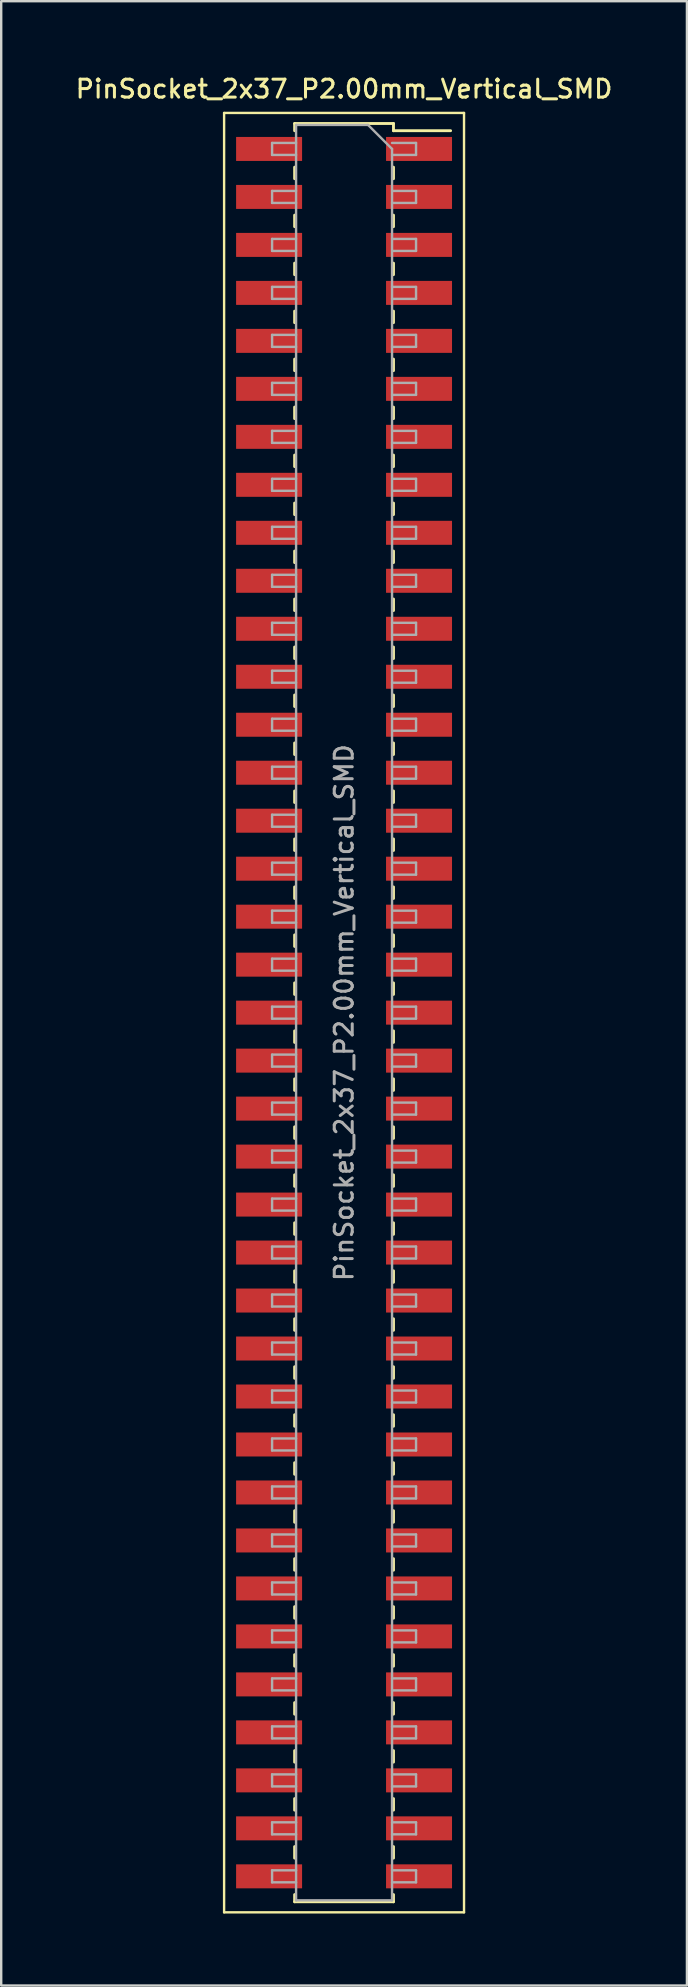
<source format=kicad_pcb>
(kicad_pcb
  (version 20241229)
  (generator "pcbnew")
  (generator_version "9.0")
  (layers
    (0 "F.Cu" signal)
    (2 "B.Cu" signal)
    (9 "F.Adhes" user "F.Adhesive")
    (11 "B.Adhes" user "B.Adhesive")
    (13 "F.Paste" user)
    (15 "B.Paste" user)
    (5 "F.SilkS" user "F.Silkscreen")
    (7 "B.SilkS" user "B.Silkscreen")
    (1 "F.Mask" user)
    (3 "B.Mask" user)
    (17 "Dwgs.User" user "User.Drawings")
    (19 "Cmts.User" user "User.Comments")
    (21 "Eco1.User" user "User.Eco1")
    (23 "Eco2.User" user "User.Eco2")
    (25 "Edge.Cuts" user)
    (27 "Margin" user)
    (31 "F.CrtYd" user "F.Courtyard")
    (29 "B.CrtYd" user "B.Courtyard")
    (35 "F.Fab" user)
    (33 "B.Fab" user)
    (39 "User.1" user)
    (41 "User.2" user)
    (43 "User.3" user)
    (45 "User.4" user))
  (footprint "PinSocket_2x37_P2.00mm_Vertical_SMD"
    (layer "F.Cu")
    (at 11.291 39.158)
    (property "Reference" "PinSocket_2x37_P2.00mm_Vertical_SMD" (at 0 -38.5 0) (layer "F.SilkS") (effects (font (size 0.75 0.75) (thickness 0.125))))
    (attr smd)
    (fp_line (start -5 -37.5) (end 5 -37.5) (stroke (width 0.1) (type solid)) (layer "F.SilkS"))
    (fp_line (start -5 37.5) (end -5 -37.5) (stroke (width 0.1) (type solid)) (layer "F.SilkS"))
    (fp_line (start -2.06 -37.06) (end -2.06 -36.76) (stroke (width 0.12) (type solid)) (layer "F.SilkS"))
    (fp_line (start -2.06 -37.06) (end 2.06 -37.06) (stroke (width 0.12) (type solid)) (layer "F.SilkS"))
    (fp_line (start -2.06 -35.24) (end -2.06 -34.76) (stroke (width 0.12) (type solid)) (layer "F.SilkS"))
    (fp_line (start -2.06 -33.24) (end -2.06 -32.76) (stroke (width 0.12) (type solid)) (layer "F.SilkS"))
    (fp_line (start -2.06 -31.24) (end -2.06 -30.76) (stroke (width 0.12) (type solid)) (layer "F.SilkS"))
    (fp_line (start -2.06 -29.24) (end -2.06 -28.76) (stroke (width 0.12) (type solid)) (layer "F.SilkS"))
    (fp_line (start -2.06 -27.24) (end -2.06 -26.76) (stroke (width 0.12) (type solid)) (layer "F.SilkS"))
    (fp_line (start -2.06 -25.24) (end -2.06 -24.76) (stroke (width 0.12) (type solid)) (layer "F.SilkS"))
    (fp_line (start -2.06 -23.24) (end -2.06 -22.76) (stroke (width 0.12) (type solid)) (layer "F.SilkS"))
    (fp_line (start -2.06 -21.24) (end -2.06 -20.76) (stroke (width 0.12) (type solid)) (layer "F.SilkS"))
    (fp_line (start -2.06 -19.24) (end -2.06 -18.76) (stroke (width 0.12) (type solid)) (layer "F.SilkS"))
    (fp_line (start -2.06 -17.24) (end -2.06 -16.76) (stroke (width 0.12) (type solid)) (layer "F.SilkS"))
    (fp_line (start -2.06 -15.24) (end -2.06 -14.76) (stroke (width 0.12) (type solid)) (layer "F.SilkS"))
    (fp_line (start -2.06 -13.24) (end -2.06 -12.76) (stroke (width 0.12) (type solid)) (layer "F.SilkS"))
    (fp_line (start -2.06 -11.24) (end -2.06 -10.76) (stroke (width 0.12) (type solid)) (layer "F.SilkS"))
    (fp_line (start -2.06 -9.24) (end -2.06 -8.76) (stroke (width 0.12) (type solid)) (layer "F.SilkS"))
    (fp_line (start -2.06 -7.24) (end -2.06 -6.76) (stroke (width 0.12) (type solid)) (layer "F.SilkS"))
    (fp_line (start -2.06 -5.24) (end -2.06 -4.76) (stroke (width 0.12) (type solid)) (layer "F.SilkS"))
    (fp_line (start -2.06 -3.24) (end -2.06 -2.76) (stroke (width 0.12) (type solid)) (layer "F.SilkS"))
    (fp_line (start -2.06 -1.24) (end -2.06 -0.76) (stroke (width 0.12) (type solid)) (layer "F.SilkS"))
    (fp_line (start -2.06 0.76) (end -2.06 1.24) (stroke (width 0.12) (type solid)) (layer "F.SilkS"))
    (fp_line (start -2.06 2.76) (end -2.06 3.24) (stroke (width 0.12) (type solid)) (layer "F.SilkS"))
    (fp_line (start -2.06 4.76) (end -2.06 5.24) (stroke (width 0.12) (type solid)) (layer "F.SilkS"))
    (fp_line (start -2.06 6.76) (end -2.06 7.24) (stroke (width 0.12) (type solid)) (layer "F.SilkS"))
    (fp_line (start -2.06 8.76) (end -2.06 9.24) (stroke (width 0.12) (type solid)) (layer "F.SilkS"))
    (fp_line (start -2.06 10.76) (end -2.06 11.24) (stroke (width 0.12) (type solid)) (layer "F.SilkS"))
    (fp_line (start -2.06 12.76) (end -2.06 13.24) (stroke (width 0.12) (type solid)) (layer "F.SilkS"))
    (fp_line (start -2.06 14.76) (end -2.06 15.24) (stroke (width 0.12) (type solid)) (layer "F.SilkS"))
    (fp_line (start -2.06 16.76) (end -2.06 17.24) (stroke (width 0.12) (type solid)) (layer "F.SilkS"))
    (fp_line (start -2.06 18.76) (end -2.06 19.24) (stroke (width 0.12) (type solid)) (layer "F.SilkS"))
    (fp_line (start -2.06 20.76) (end -2.06 21.24) (stroke (width 0.12) (type solid)) (layer "F.SilkS"))
    (fp_line (start -2.06 22.76) (end -2.06 23.24) (stroke (width 0.12) (type solid)) (layer "F.SilkS"))
    (fp_line (start -2.06 24.76) (end -2.06 25.24) (stroke (width 0.12) (type solid)) (layer "F.SilkS"))
    (fp_line (start -2.06 26.76) (end -2.06 27.24) (stroke (width 0.12) (type solid)) (layer "F.SilkS"))
    (fp_line (start -2.06 28.76) (end -2.06 29.24) (stroke (width 0.12) (type solid)) (layer "F.SilkS"))
    (fp_line (start -2.06 30.76) (end -2.06 31.24) (stroke (width 0.12) (type solid)) (layer "F.SilkS"))
    (fp_line (start -2.06 32.76) (end -2.06 33.24) (stroke (width 0.12) (type solid)) (layer "F.SilkS"))
    (fp_line (start -2.06 34.76) (end -2.06 35.24) (stroke (width 0.12) (type solid)) (layer "F.SilkS"))
    (fp_line (start -2.06 36.76) (end -2.06 37.06) (stroke (width 0.12) (type solid)) (layer "F.SilkS"))
    (fp_line (start -2.06 37.06) (end 2.06 37.06) (stroke (width 0.12) (type solid)) (layer "F.SilkS"))
    (fp_line (start 2.06 -37.06) (end 2.06 -36.76) (stroke (width 0.12) (type solid)) (layer "F.SilkS"))
    (fp_line (start 2.06 -36.76) (end 4.44 -36.76) (stroke (width 0.12) (type solid)) (layer "F.SilkS"))
    (fp_line (start 2.06 -35.24) (end 2.06 -34.76) (stroke (width 0.12) (type solid)) (layer "F.SilkS"))
    (fp_line (start 2.06 -33.24) (end 2.06 -32.76) (stroke (width 0.12) (type solid)) (layer "F.SilkS"))
    (fp_line (start 2.06 -31.24) (end 2.06 -30.76) (stroke (width 0.12) (type solid)) (layer "F.SilkS"))
    (fp_line (start 2.06 -29.24) (end 2.06 -28.76) (stroke (width 0.12) (type solid)) (layer "F.SilkS"))
    (fp_line (start 2.06 -27.24) (end 2.06 -26.76) (stroke (width 0.12) (type solid)) (layer "F.SilkS"))
    (fp_line (start 2.06 -25.24) (end 2.06 -24.76) (stroke (width 0.12) (type solid)) (layer "F.SilkS"))
    (fp_line (start 2.06 -23.24) (end 2.06 -22.76) (stroke (width 0.12) (type solid)) (layer "F.SilkS"))
    (fp_line (start 2.06 -21.24) (end 2.06 -20.76) (stroke (width 0.12) (type solid)) (layer "F.SilkS"))
    (fp_line (start 2.06 -19.24) (end 2.06 -18.76) (stroke (width 0.12) (type solid)) (layer "F.SilkS"))
    (fp_line (start 2.06 -17.24) (end 2.06 -16.76) (stroke (width 0.12) (type solid)) (layer "F.SilkS"))
    (fp_line (start 2.06 -15.24) (end 2.06 -14.76) (stroke (width 0.12) (type solid)) (layer "F.SilkS"))
    (fp_line (start 2.06 -13.24) (end 2.06 -12.76) (stroke (width 0.12) (type solid)) (layer "F.SilkS"))
    (fp_line (start 2.06 -11.24) (end 2.06 -10.76) (stroke (width 0.12) (type solid)) (layer "F.SilkS"))
    (fp_line (start 2.06 -9.24) (end 2.06 -8.76) (stroke (width 0.12) (type solid)) (layer "F.SilkS"))
    (fp_line (start 2.06 -7.24) (end 2.06 -6.76) (stroke (width 0.12) (type solid)) (layer "F.SilkS"))
    (fp_line (start 2.06 -5.24) (end 2.06 -4.76) (stroke (width 0.12) (type solid)) (layer "F.SilkS"))
    (fp_line (start 2.06 -3.24) (end 2.06 -2.76) (stroke (width 0.12) (type solid)) (layer "F.SilkS"))
    (fp_line (start 2.06 -1.24) (end 2.06 -0.76) (stroke (width 0.12) (type solid)) (layer "F.SilkS"))
    (fp_line (start 2.06 0.76) (end 2.06 1.24) (stroke (width 0.12) (type solid)) (layer "F.SilkS"))
    (fp_line (start 2.06 2.76) (end 2.06 3.24) (stroke (width 0.12) (type solid)) (layer "F.SilkS"))
    (fp_line (start 2.06 4.76) (end 2.06 5.24) (stroke (width 0.12) (type solid)) (layer "F.SilkS"))
    (fp_line (start 2.06 6.76) (end 2.06 7.24) (stroke (width 0.12) (type solid)) (layer "F.SilkS"))
    (fp_line (start 2.06 8.76) (end 2.06 9.24) (stroke (width 0.12) (type solid)) (layer "F.SilkS"))
    (fp_line (start 2.06 10.76) (end 2.06 11.24) (stroke (width 0.12) (type solid)) (layer "F.SilkS"))
    (fp_line (start 2.06 12.76) (end 2.06 13.24) (stroke (width 0.12) (type solid)) (layer "F.SilkS"))
    (fp_line (start 2.06 14.76) (end 2.06 15.24) (stroke (width 0.12) (type solid)) (layer "F.SilkS"))
    (fp_line (start 2.06 16.76) (end 2.06 17.24) (stroke (width 0.12) (type solid)) (layer "F.SilkS"))
    (fp_line (start 2.06 18.76) (end 2.06 19.24) (stroke (width 0.12) (type solid)) (layer "F.SilkS"))
    (fp_line (start 2.06 20.76) (end 2.06 21.24) (stroke (width 0.12) (type solid)) (layer "F.SilkS"))
    (fp_line (start 2.06 22.76) (end 2.06 23.24) (stroke (width 0.12) (type solid)) (layer "F.SilkS"))
    (fp_line (start 2.06 24.76) (end 2.06 25.24) (stroke (width 0.12) (type solid)) (layer "F.SilkS"))
    (fp_line (start 2.06 26.76) (end 2.06 27.24) (stroke (width 0.12) (type solid)) (layer "F.SilkS"))
    (fp_line (start 2.06 28.76) (end 2.06 29.24) (stroke (width 0.12) (type solid)) (layer "F.SilkS"))
    (fp_line (start 2.06 30.76) (end 2.06 31.24) (stroke (width 0.12) (type solid)) (layer "F.SilkS"))
    (fp_line (start 2.06 32.76) (end 2.06 33.24) (stroke (width 0.12) (type solid)) (layer "F.SilkS"))
    (fp_line (start 2.06 34.76) (end 2.06 35.24) (stroke (width 0.12) (type solid)) (layer "F.SilkS"))
    (fp_line (start 2.06 36.76) (end 2.06 37.06) (stroke (width 0.12) (type solid)) (layer "F.SilkS"))
    (fp_line (start 5 -37.5) (end 5 37.5) (stroke (width 0.1) (type solid)) (layer "F.SilkS"))
    (fp_line (start 5 37.5) (end -5 37.5) (stroke (width 0.1) (type solid)) (layer "F.SilkS"))
    (fp_line (start -3 -36.25) (end -2 -36.25) (stroke (width 0.1) (type solid)) (layer "F.Fab"))
    (fp_line (start -3 -35.75) (end -3 -36.25) (stroke (width 0.1) (type solid)) (layer "F.Fab"))
    (fp_line (start -3 -34.25) (end -2 -34.25) (stroke (width 0.1) (type solid)) (layer "F.Fab"))
    (fp_line (start -3 -33.75) (end -3 -34.25) (stroke (width 0.1) (type solid)) (layer "F.Fab"))
    (fp_line (start -3 -32.25) (end -2 -32.25) (stroke (width 0.1) (type solid)) (layer "F.Fab"))
    (fp_line (start -3 -31.75) (end -3 -32.25) (stroke (width 0.1) (type solid)) (layer "F.Fab"))
    (fp_line (start -3 -30.25) (end -2 -30.25) (stroke (width 0.1) (type solid)) (layer "F.Fab"))
    (fp_line (start -3 -29.75) (end -3 -30.25) (stroke (width 0.1) (type solid)) (layer "F.Fab"))
    (fp_line (start -3 -28.25) (end -2 -28.25) (stroke (width 0.1) (type solid)) (layer "F.Fab"))
    (fp_line (start -3 -27.75) (end -3 -28.25) (stroke (width 0.1) (type solid)) (layer "F.Fab"))
    (fp_line (start -3 -26.25) (end -2 -26.25) (stroke (width 0.1) (type solid)) (layer "F.Fab"))
    (fp_line (start -3 -25.75) (end -3 -26.25) (stroke (width 0.1) (type solid)) (layer "F.Fab"))
    (fp_line (start -3 -24.25) (end -2 -24.25) (stroke (width 0.1) (type solid)) (layer "F.Fab"))
    (fp_line (start -3 -23.75) (end -3 -24.25) (stroke (width 0.1) (type solid)) (layer "F.Fab"))
    (fp_line (start -3 -22.25) (end -2 -22.25) (stroke (width 0.1) (type solid)) (layer "F.Fab"))
    (fp_line (start -3 -21.75) (end -3 -22.25) (stroke (width 0.1) (type solid)) (layer "F.Fab"))
    (fp_line (start -3 -20.25) (end -2 -20.25) (stroke (width 0.1) (type solid)) (layer "F.Fab"))
    (fp_line (start -3 -19.75) (end -3 -20.25) (stroke (width 0.1) (type solid)) (layer "F.Fab"))
    (fp_line (start -3 -18.25) (end -2 -18.25) (stroke (width 0.1) (type solid)) (layer "F.Fab"))
    (fp_line (start -3 -17.75) (end -3 -18.25) (stroke (width 0.1) (type solid)) (layer "F.Fab"))
    (fp_line (start -3 -16.25) (end -2 -16.25) (stroke (width 0.1) (type solid)) (layer "F.Fab"))
    (fp_line (start -3 -15.75) (end -3 -16.25) (stroke (width 0.1) (type solid)) (layer "F.Fab"))
    (fp_line (start -3 -14.25) (end -2 -14.25) (stroke (width 0.1) (type solid)) (layer "F.Fab"))
    (fp_line (start -3 -13.75) (end -3 -14.25) (stroke (width 0.1) (type solid)) (layer "F.Fab"))
    (fp_line (start -3 -12.25) (end -2 -12.25) (stroke (width 0.1) (type solid)) (layer "F.Fab"))
    (fp_line (start -3 -11.75) (end -3 -12.25) (stroke (width 0.1) (type solid)) (layer "F.Fab"))
    (fp_line (start -3 -10.25) (end -2 -10.25) (stroke (width 0.1) (type solid)) (layer "F.Fab"))
    (fp_line (start -3 -9.75) (end -3 -10.25) (stroke (width 0.1) (type solid)) (layer "F.Fab"))
    (fp_line (start -3 -8.25) (end -2 -8.25) (stroke (width 0.1) (type solid)) (layer "F.Fab"))
    (fp_line (start -3 -7.75) (end -3 -8.25) (stroke (width 0.1) (type solid)) (layer "F.Fab"))
    (fp_line (start -3 -6.25) (end -2 -6.25) (stroke (width 0.1) (type solid)) (layer "F.Fab"))
    (fp_line (start -3 -5.75) (end -3 -6.25) (stroke (width 0.1) (type solid)) (layer "F.Fab"))
    (fp_line (start -3 -4.25) (end -2 -4.25) (stroke (width 0.1) (type solid)) (layer "F.Fab"))
    (fp_line (start -3 -3.75) (end -3 -4.25) (stroke (width 0.1) (type solid)) (layer "F.Fab"))
    (fp_line (start -3 -2.25) (end -2 -2.25) (stroke (width 0.1) (type solid)) (layer "F.Fab"))
    (fp_line (start -3 -1.75) (end -3 -2.25) (stroke (width 0.1) (type solid)) (layer "F.Fab"))
    (fp_line (start -3 -0.25) (end -2 -0.25) (stroke (width 0.1) (type solid)) (layer "F.Fab"))
    (fp_line (start -3 0.25) (end -3 -0.25) (stroke (width 0.1) (type solid)) (layer "F.Fab"))
    (fp_line (start -3 1.75) (end -2 1.75) (stroke (width 0.1) (type solid)) (layer "F.Fab"))
    (fp_line (start -3 2.25) (end -3 1.75) (stroke (width 0.1) (type solid)) (layer "F.Fab"))
    (fp_line (start -3 3.75) (end -2 3.75) (stroke (width 0.1) (type solid)) (layer "F.Fab"))
    (fp_line (start -3 4.25) (end -3 3.75) (stroke (width 0.1) (type solid)) (layer "F.Fab"))
    (fp_line (start -3 5.75) (end -2 5.75) (stroke (width 0.1) (type solid)) (layer "F.Fab"))
    (fp_line (start -3 6.25) (end -3 5.75) (stroke (width 0.1) (type solid)) (layer "F.Fab"))
    (fp_line (start -3 7.75) (end -2 7.75) (stroke (width 0.1) (type solid)) (layer "F.Fab"))
    (fp_line (start -3 8.25) (end -3 7.75) (stroke (width 0.1) (type solid)) (layer "F.Fab"))
    (fp_line (start -3 9.75) (end -2 9.75) (stroke (width 0.1) (type solid)) (layer "F.Fab"))
    (fp_line (start -3 10.25) (end -3 9.75) (stroke (width 0.1) (type solid)) (layer "F.Fab"))
    (fp_line (start -3 11.75) (end -2 11.75) (stroke (width 0.1) (type solid)) (layer "F.Fab"))
    (fp_line (start -3 12.25) (end -3 11.75) (stroke (width 0.1) (type solid)) (layer "F.Fab"))
    (fp_line (start -3 13.75) (end -2 13.75) (stroke (width 0.1) (type solid)) (layer "F.Fab"))
    (fp_line (start -3 14.25) (end -3 13.75) (stroke (width 0.1) (type solid)) (layer "F.Fab"))
    (fp_line (start -3 15.75) (end -2 15.75) (stroke (width 0.1) (type solid)) (layer "F.Fab"))
    (fp_line (start -3 16.25) (end -3 15.75) (stroke (width 0.1) (type solid)) (layer "F.Fab"))
    (fp_line (start -3 17.75) (end -2 17.75) (stroke (width 0.1) (type solid)) (layer "F.Fab"))
    (fp_line (start -3 18.25) (end -3 17.75) (stroke (width 0.1) (type solid)) (layer "F.Fab"))
    (fp_line (start -3 19.75) (end -2 19.75) (stroke (width 0.1) (type solid)) (layer "F.Fab"))
    (fp_line (start -3 20.25) (end -3 19.75) (stroke (width 0.1) (type solid)) (layer "F.Fab"))
    (fp_line (start -3 21.75) (end -2 21.75) (stroke (width 0.1) (type solid)) (layer "F.Fab"))
    (fp_line (start -3 22.25) (end -3 21.75) (stroke (width 0.1) (type solid)) (layer "F.Fab"))
    (fp_line (start -3 23.75) (end -2 23.75) (stroke (width 0.1) (type solid)) (layer "F.Fab"))
    (fp_line (start -3 24.25) (end -3 23.75) (stroke (width 0.1) (type solid)) (layer "F.Fab"))
    (fp_line (start -3 25.75) (end -2 25.75) (stroke (width 0.1) (type solid)) (layer "F.Fab"))
    (fp_line (start -3 26.25) (end -3 25.75) (stroke (width 0.1) (type solid)) (layer "F.Fab"))
    (fp_line (start -3 27.75) (end -2 27.75) (stroke (width 0.1) (type solid)) (layer "F.Fab"))
    (fp_line (start -3 28.25) (end -3 27.75) (stroke (width 0.1) (type solid)) (layer "F.Fab"))
    (fp_line (start -3 29.75) (end -2 29.75) (stroke (width 0.1) (type solid)) (layer "F.Fab"))
    (fp_line (start -3 30.25) (end -3 29.75) (stroke (width 0.1) (type solid)) (layer "F.Fab"))
    (fp_line (start -3 31.75) (end -2 31.75) (stroke (width 0.1) (type solid)) (layer "F.Fab"))
    (fp_line (start -3 32.25) (end -3 31.75) (stroke (width 0.1) (type solid)) (layer "F.Fab"))
    (fp_line (start -3 33.75) (end -2 33.75) (stroke (width 0.1) (type solid)) (layer "F.Fab"))
    (fp_line (start -3 34.25) (end -3 33.75) (stroke (width 0.1) (type solid)) (layer "F.Fab"))
    (fp_line (start -3 35.75) (end -2 35.75) (stroke (width 0.1) (type solid)) (layer "F.Fab"))
    (fp_line (start -3 36.25) (end -3 35.75) (stroke (width 0.1) (type solid)) (layer "F.Fab"))
    (fp_line (start -2 -37) (end 1 -37) (stroke (width 0.1) (type solid)) (layer "F.Fab"))
    (fp_line (start -2 -35.75) (end -3 -35.75) (stroke (width 0.1) (type solid)) (layer "F.Fab"))
    (fp_line (start -2 -33.75) (end -3 -33.75) (stroke (width 0.1) (type solid)) (layer "F.Fab"))
    (fp_line (start -2 -31.75) (end -3 -31.75) (stroke (width 0.1) (type solid)) (layer "F.Fab"))
    (fp_line (start -2 -29.75) (end -3 -29.75) (stroke (width 0.1) (type solid)) (layer "F.Fab"))
    (fp_line (start -2 -27.75) (end -3 -27.75) (stroke (width 0.1) (type solid)) (layer "F.Fab"))
    (fp_line (start -2 -25.75) (end -3 -25.75) (stroke (width 0.1) (type solid)) (layer "F.Fab"))
    (fp_line (start -2 -23.75) (end -3 -23.75) (stroke (width 0.1) (type solid)) (layer "F.Fab"))
    (fp_line (start -2 -21.75) (end -3 -21.75) (stroke (width 0.1) (type solid)) (layer "F.Fab"))
    (fp_line (start -2 -19.75) (end -3 -19.75) (stroke (width 0.1) (type solid)) (layer "F.Fab"))
    (fp_line (start -2 -17.75) (end -3 -17.75) (stroke (width 0.1) (type solid)) (layer "F.Fab"))
    (fp_line (start -2 -15.75) (end -3 -15.75) (stroke (width 0.1) (type solid)) (layer "F.Fab"))
    (fp_line (start -2 -13.75) (end -3 -13.75) (stroke (width 0.1) (type solid)) (layer "F.Fab"))
    (fp_line (start -2 -11.75) (end -3 -11.75) (stroke (width 0.1) (type solid)) (layer "F.Fab"))
    (fp_line (start -2 -9.75) (end -3 -9.75) (stroke (width 0.1) (type solid)) (layer "F.Fab"))
    (fp_line (start -2 -7.75) (end -3 -7.75) (stroke (width 0.1) (type solid)) (layer "F.Fab"))
    (fp_line (start -2 -5.75) (end -3 -5.75) (stroke (width 0.1) (type solid)) (layer "F.Fab"))
    (fp_line (start -2 -3.75) (end -3 -3.75) (stroke (width 0.1) (type solid)) (layer "F.Fab"))
    (fp_line (start -2 -1.75) (end -3 -1.75) (stroke (width 0.1) (type solid)) (layer "F.Fab"))
    (fp_line (start -2 0.25) (end -3 0.25) (stroke (width 0.1) (type solid)) (layer "F.Fab"))
    (fp_line (start -2 2.25) (end -3 2.25) (stroke (width 0.1) (type solid)) (layer "F.Fab"))
    (fp_line (start -2 4.25) (end -3 4.25) (stroke (width 0.1) (type solid)) (layer "F.Fab"))
    (fp_line (start -2 6.25) (end -3 6.25) (stroke (width 0.1) (type solid)) (layer "F.Fab"))
    (fp_line (start -2 8.25) (end -3 8.25) (stroke (width 0.1) (type solid)) (layer "F.Fab"))
    (fp_line (start -2 10.25) (end -3 10.25) (stroke (width 0.1) (type solid)) (layer "F.Fab"))
    (fp_line (start -2 12.25) (end -3 12.25) (stroke (width 0.1) (type solid)) (layer "F.Fab"))
    (fp_line (start -2 14.25) (end -3 14.25) (stroke (width 0.1) (type solid)) (layer "F.Fab"))
    (fp_line (start -2 16.25) (end -3 16.25) (stroke (width 0.1) (type solid)) (layer "F.Fab"))
    (fp_line (start -2 18.25) (end -3 18.25) (stroke (width 0.1) (type solid)) (layer "F.Fab"))
    (fp_line (start -2 20.25) (end -3 20.25) (stroke (width 0.1) (type solid)) (layer "F.Fab"))
    (fp_line (start -2 22.25) (end -3 22.25) (stroke (width 0.1) (type solid)) (layer "F.Fab"))
    (fp_line (start -2 24.25) (end -3 24.25) (stroke (width 0.1) (type solid)) (layer "F.Fab"))
    (fp_line (start -2 26.25) (end -3 26.25) (stroke (width 0.1) (type solid)) (layer "F.Fab"))
    (fp_line (start -2 28.25) (end -3 28.25) (stroke (width 0.1) (type solid)) (layer "F.Fab"))
    (fp_line (start -2 30.25) (end -3 30.25) (stroke (width 0.1) (type solid)) (layer "F.Fab"))
    (fp_line (start -2 32.25) (end -3 32.25) (stroke (width 0.1) (type solid)) (layer "F.Fab"))
    (fp_line (start -2 34.25) (end -3 34.25) (stroke (width 0.1) (type solid)) (layer "F.Fab"))
    (fp_line (start -2 36.25) (end -3 36.25) (stroke (width 0.1) (type solid)) (layer "F.Fab"))
    (fp_line (start -2 37) (end -2 -37) (stroke (width 0.1) (type solid)) (layer "F.Fab"))
    (fp_line (start 1 -37) (end 2 -36) (stroke (width 0.1) (type solid)) (layer "F.Fab"))
    (fp_line (start 2 -36.25) (end 3 -36.25) (stroke (width 0.1) (type solid)) (layer "F.Fab"))
    (fp_line (start 2 -36) (end 2 37) (stroke (width 0.1) (type solid)) (layer "F.Fab"))
    (fp_line (start 2 -34.25) (end 3 -34.25) (stroke (width 0.1) (type solid)) (layer "F.Fab"))
    (fp_line (start 2 -32.25) (end 3 -32.25) (stroke (width 0.1) (type solid)) (layer "F.Fab"))
    (fp_line (start 2 -30.25) (end 3 -30.25) (stroke (width 0.1) (type solid)) (layer "F.Fab"))
    (fp_line (start 2 -28.25) (end 3 -28.25) (stroke (width 0.1) (type solid)) (layer "F.Fab"))
    (fp_line (start 2 -26.25) (end 3 -26.25) (stroke (width 0.1) (type solid)) (layer "F.Fab"))
    (fp_line (start 2 -24.25) (end 3 -24.25) (stroke (width 0.1) (type solid)) (layer "F.Fab"))
    (fp_line (start 2 -22.25) (end 3 -22.25) (stroke (width 0.1) (type solid)) (layer "F.Fab"))
    (fp_line (start 2 -20.25) (end 3 -20.25) (stroke (width 0.1) (type solid)) (layer "F.Fab"))
    (fp_line (start 2 -18.25) (end 3 -18.25) (stroke (width 0.1) (type solid)) (layer "F.Fab"))
    (fp_line (start 2 -16.25) (end 3 -16.25) (stroke (width 0.1) (type solid)) (layer "F.Fab"))
    (fp_line (start 2 -14.25) (end 3 -14.25) (stroke (width 0.1) (type solid)) (layer "F.Fab"))
    (fp_line (start 2 -12.25) (end 3 -12.25) (stroke (width 0.1) (type solid)) (layer "F.Fab"))
    (fp_line (start 2 -10.25) (end 3 -10.25) (stroke (width 0.1) (type solid)) (layer "F.Fab"))
    (fp_line (start 2 -8.25) (end 3 -8.25) (stroke (width 0.1) (type solid)) (layer "F.Fab"))
    (fp_line (start 2 -6.25) (end 3 -6.25) (stroke (width 0.1) (type solid)) (layer "F.Fab"))
    (fp_line (start 2 -4.25) (end 3 -4.25) (stroke (width 0.1) (type solid)) (layer "F.Fab"))
    (fp_line (start 2 -2.25) (end 3 -2.25) (stroke (width 0.1) (type solid)) (layer "F.Fab"))
    (fp_line (start 2 -0.25) (end 3 -0.25) (stroke (width 0.1) (type solid)) (layer "F.Fab"))
    (fp_line (start 2 1.75) (end 3 1.75) (stroke (width 0.1) (type solid)) (layer "F.Fab"))
    (fp_line (start 2 3.75) (end 3 3.75) (stroke (width 0.1) (type solid)) (layer "F.Fab"))
    (fp_line (start 2 5.75) (end 3 5.75) (stroke (width 0.1) (type solid)) (layer "F.Fab"))
    (fp_line (start 2 7.75) (end 3 7.75) (stroke (width 0.1) (type solid)) (layer "F.Fab"))
    (fp_line (start 2 9.75) (end 3 9.75) (stroke (width 0.1) (type solid)) (layer "F.Fab"))
    (fp_line (start 2 11.75) (end 3 11.75) (stroke (width 0.1) (type solid)) (layer "F.Fab"))
    (fp_line (start 2 13.75) (end 3 13.75) (stroke (width 0.1) (type solid)) (layer "F.Fab"))
    (fp_line (start 2 15.75) (end 3 15.75) (stroke (width 0.1) (type solid)) (layer "F.Fab"))
    (fp_line (start 2 17.75) (end 3 17.75) (stroke (width 0.1) (type solid)) (layer "F.Fab"))
    (fp_line (start 2 19.75) (end 3 19.75) (stroke (width 0.1) (type solid)) (layer "F.Fab"))
    (fp_line (start 2 21.75) (end 3 21.75) (stroke (width 0.1) (type solid)) (layer "F.Fab"))
    (fp_line (start 2 23.75) (end 3 23.75) (stroke (width 0.1) (type solid)) (layer "F.Fab"))
    (fp_line (start 2 25.75) (end 3 25.75) (stroke (width 0.1) (type solid)) (layer "F.Fab"))
    (fp_line (start 2 27.75) (end 3 27.75) (stroke (width 0.1) (type solid)) (layer "F.Fab"))
    (fp_line (start 2 29.75) (end 3 29.75) (stroke (width 0.1) (type solid)) (layer "F.Fab"))
    (fp_line (start 2 31.75) (end 3 31.75) (stroke (width 0.1) (type solid)) (layer "F.Fab"))
    (fp_line (start 2 33.75) (end 3 33.75) (stroke (width 0.1) (type solid)) (layer "F.Fab"))
    (fp_line (start 2 35.75) (end 3 35.75) (stroke (width 0.1) (type solid)) (layer "F.Fab"))
    (fp_line (start 2 37) (end -2 37) (stroke (width 0.1) (type solid)) (layer "F.Fab"))
    (fp_line (start 3 -36.25) (end 3 -35.75) (stroke (width 0.1) (type solid)) (layer "F.Fab"))
    (fp_line (start 3 -35.75) (end 2 -35.75) (stroke (width 0.1) (type solid)) (layer "F.Fab"))
    (fp_line (start 3 -34.25) (end 3 -33.75) (stroke (width 0.1) (type solid)) (layer "F.Fab"))
    (fp_line (start 3 -33.75) (end 2 -33.75) (stroke (width 0.1) (type solid)) (layer "F.Fab"))
    (fp_line (start 3 -32.25) (end 3 -31.75) (stroke (width 0.1) (type solid)) (layer "F.Fab"))
    (fp_line (start 3 -31.75) (end 2 -31.75) (stroke (width 0.1) (type solid)) (layer "F.Fab"))
    (fp_line (start 3 -30.25) (end 3 -29.75) (stroke (width 0.1) (type solid)) (layer "F.Fab"))
    (fp_line (start 3 -29.75) (end 2 -29.75) (stroke (width 0.1) (type solid)) (layer "F.Fab"))
    (fp_line (start 3 -28.25) (end 3 -27.75) (stroke (width 0.1) (type solid)) (layer "F.Fab"))
    (fp_line (start 3 -27.75) (end 2 -27.75) (stroke (width 0.1) (type solid)) (layer "F.Fab"))
    (fp_line (start 3 -26.25) (end 3 -25.75) (stroke (width 0.1) (type solid)) (layer "F.Fab"))
    (fp_line (start 3 -25.75) (end 2 -25.75) (stroke (width 0.1) (type solid)) (layer "F.Fab"))
    (fp_line (start 3 -24.25) (end 3 -23.75) (stroke (width 0.1) (type solid)) (layer "F.Fab"))
    (fp_line (start 3 -23.75) (end 2 -23.75) (stroke (width 0.1) (type solid)) (layer "F.Fab"))
    (fp_line (start 3 -22.25) (end 3 -21.75) (stroke (width 0.1) (type solid)) (layer "F.Fab"))
    (fp_line (start 3 -21.75) (end 2 -21.75) (stroke (width 0.1) (type solid)) (layer "F.Fab"))
    (fp_line (start 3 -20.25) (end 3 -19.75) (stroke (width 0.1) (type solid)) (layer "F.Fab"))
    (fp_line (start 3 -19.75) (end 2 -19.75) (stroke (width 0.1) (type solid)) (layer "F.Fab"))
    (fp_line (start 3 -18.25) (end 3 -17.75) (stroke (width 0.1) (type solid)) (layer "F.Fab"))
    (fp_line (start 3 -17.75) (end 2 -17.75) (stroke (width 0.1) (type solid)) (layer "F.Fab"))
    (fp_line (start 3 -16.25) (end 3 -15.75) (stroke (width 0.1) (type solid)) (layer "F.Fab"))
    (fp_line (start 3 -15.75) (end 2 -15.75) (stroke (width 0.1) (type solid)) (layer "F.Fab"))
    (fp_line (start 3 -14.25) (end 3 -13.75) (stroke (width 0.1) (type solid)) (layer "F.Fab"))
    (fp_line (start 3 -13.75) (end 2 -13.75) (stroke (width 0.1) (type solid)) (layer "F.Fab"))
    (fp_line (start 3 -12.25) (end 3 -11.75) (stroke (width 0.1) (type solid)) (layer "F.Fab"))
    (fp_line (start 3 -11.75) (end 2 -11.75) (stroke (width 0.1) (type solid)) (layer "F.Fab"))
    (fp_line (start 3 -10.25) (end 3 -9.75) (stroke (width 0.1) (type solid)) (layer "F.Fab"))
    (fp_line (start 3 -9.75) (end 2 -9.75) (stroke (width 0.1) (type solid)) (layer "F.Fab"))
    (fp_line (start 3 -8.25) (end 3 -7.75) (stroke (width 0.1) (type solid)) (layer "F.Fab"))
    (fp_line (start 3 -7.75) (end 2 -7.75) (stroke (width 0.1) (type solid)) (layer "F.Fab"))
    (fp_line (start 3 -6.25) (end 3 -5.75) (stroke (width 0.1) (type solid)) (layer "F.Fab"))
    (fp_line (start 3 -5.75) (end 2 -5.75) (stroke (width 0.1) (type solid)) (layer "F.Fab"))
    (fp_line (start 3 -4.25) (end 3 -3.75) (stroke (width 0.1) (type solid)) (layer "F.Fab"))
    (fp_line (start 3 -3.75) (end 2 -3.75) (stroke (width 0.1) (type solid)) (layer "F.Fab"))
    (fp_line (start 3 -2.25) (end 3 -1.75) (stroke (width 0.1) (type solid)) (layer "F.Fab"))
    (fp_line (start 3 -1.75) (end 2 -1.75) (stroke (width 0.1) (type solid)) (layer "F.Fab"))
    (fp_line (start 3 -0.25) (end 3 0.25) (stroke (width 0.1) (type solid)) (layer "F.Fab"))
    (fp_line (start 3 0.25) (end 2 0.25) (stroke (width 0.1) (type solid)) (layer "F.Fab"))
    (fp_line (start 3 1.75) (end 3 2.25) (stroke (width 0.1) (type solid)) (layer "F.Fab"))
    (fp_line (start 3 2.25) (end 2 2.25) (stroke (width 0.1) (type solid)) (layer "F.Fab"))
    (fp_line (start 3 3.75) (end 3 4.25) (stroke (width 0.1) (type solid)) (layer "F.Fab"))
    (fp_line (start 3 4.25) (end 2 4.25) (stroke (width 0.1) (type solid)) (layer "F.Fab"))
    (fp_line (start 3 5.75) (end 3 6.25) (stroke (width 0.1) (type solid)) (layer "F.Fab"))
    (fp_line (start 3 6.25) (end 2 6.25) (stroke (width 0.1) (type solid)) (layer "F.Fab"))
    (fp_line (start 3 7.75) (end 3 8.25) (stroke (width 0.1) (type solid)) (layer "F.Fab"))
    (fp_line (start 3 8.25) (end 2 8.25) (stroke (width 0.1) (type solid)) (layer "F.Fab"))
    (fp_line (start 3 9.75) (end 3 10.25) (stroke (width 0.1) (type solid)) (layer "F.Fab"))
    (fp_line (start 3 10.25) (end 2 10.25) (stroke (width 0.1) (type solid)) (layer "F.Fab"))
    (fp_line (start 3 11.75) (end 3 12.25) (stroke (width 0.1) (type solid)) (layer "F.Fab"))
    (fp_line (start 3 12.25) (end 2 12.25) (stroke (width 0.1) (type solid)) (layer "F.Fab"))
    (fp_line (start 3 13.75) (end 3 14.25) (stroke (width 0.1) (type solid)) (layer "F.Fab"))
    (fp_line (start 3 14.25) (end 2 14.25) (stroke (width 0.1) (type solid)) (layer "F.Fab"))
    (fp_line (start 3 15.75) (end 3 16.25) (stroke (width 0.1) (type solid)) (layer "F.Fab"))
    (fp_line (start 3 16.25) (end 2 16.25) (stroke (width 0.1) (type solid)) (layer "F.Fab"))
    (fp_line (start 3 17.75) (end 3 18.25) (stroke (width 0.1) (type solid)) (layer "F.Fab"))
    (fp_line (start 3 18.25) (end 2 18.25) (stroke (width 0.1) (type solid)) (layer "F.Fab"))
    (fp_line (start 3 19.75) (end 3 20.25) (stroke (width 0.1) (type solid)) (layer "F.Fab"))
    (fp_line (start 3 20.25) (end 2 20.25) (stroke (width 0.1) (type solid)) (layer "F.Fab"))
    (fp_line (start 3 21.75) (end 3 22.25) (stroke (width 0.1) (type solid)) (layer "F.Fab"))
    (fp_line (start 3 22.25) (end 2 22.25) (stroke (width 0.1) (type solid)) (layer "F.Fab"))
    (fp_line (start 3 23.75) (end 3 24.25) (stroke (width 0.1) (type solid)) (layer "F.Fab"))
    (fp_line (start 3 24.25) (end 2 24.25) (stroke (width 0.1) (type solid)) (layer "F.Fab"))
    (fp_line (start 3 25.75) (end 3 26.25) (stroke (width 0.1) (type solid)) (layer "F.Fab"))
    (fp_line (start 3 26.25) (end 2 26.25) (stroke (width 0.1) (type solid)) (layer "F.Fab"))
    (fp_line (start 3 27.75) (end 3 28.25) (stroke (width 0.1) (type solid)) (layer "F.Fab"))
    (fp_line (start 3 28.25) (end 2 28.25) (stroke (width 0.1) (type solid)) (layer "F.Fab"))
    (fp_line (start 3 29.75) (end 3 30.25) (stroke (width 0.1) (type solid)) (layer "F.Fab"))
    (fp_line (start 3 30.25) (end 2 30.25) (stroke (width 0.1) (type solid)) (layer "F.Fab"))
    (fp_line (start 3 31.75) (end 3 32.25) (stroke (width 0.1) (type solid)) (layer "F.Fab"))
    (fp_line (start 3 32.25) (end 2 32.25) (stroke (width 0.1) (type solid)) (layer "F.Fab"))
    (fp_line (start 3 33.75) (end 3 34.25) (stroke (width 0.1) (type solid)) (layer "F.Fab"))
    (fp_line (start 3 34.25) (end 2 34.25) (stroke (width 0.1) (type solid)) (layer "F.Fab"))
    (fp_line (start 3 35.75) (end 3 36.25) (stroke (width 0.1) (type solid)) (layer "F.Fab"))
    (fp_line (start 3 36.25) (end 2 36.25) (stroke (width 0.1) (type solid)) (layer "F.Fab"))
    (fp_text user "${REFERENCE}" (at 0 0 90) (layer "F.Fab") (effects (font (size 0.75 0.75) (thickness 0.125))))
    (pad "1" smd rect (at 3.125 -36) (size 2.75 1) (layers "F.Cu" "F.Mask" "F.Paste"))
    (pad "2" smd rect (at -3.125 -36) (size 2.75 1) (layers "F.Cu" "F.Mask" "F.Paste"))
    (pad "3" smd rect (at 3.125 -34) (size 2.75 1) (layers "F.Cu" "F.Mask" "F.Paste"))
    (pad "4" smd rect (at -3.125 -34) (size 2.75 1) (layers "F.Cu" "F.Mask" "F.Paste"))
    (pad "5" smd rect (at 3.125 -32) (size 2.75 1) (layers "F.Cu" "F.Mask" "F.Paste"))
    (pad "6" smd rect (at -3.125 -32) (size 2.75 1) (layers "F.Cu" "F.Mask" "F.Paste"))
    (pad "7" smd rect (at 3.125 -30) (size 2.75 1) (layers "F.Cu" "F.Mask" "F.Paste"))
    (pad "8" smd rect (at -3.125 -30) (size 2.75 1) (layers "F.Cu" "F.Mask" "F.Paste"))
    (pad "9" smd rect (at 3.125 -28) (size 2.75 1) (layers "F.Cu" "F.Mask" "F.Paste"))
    (pad "10" smd rect (at -3.125 -28) (size 2.75 1) (layers "F.Cu" "F.Mask" "F.Paste"))
    (pad "11" smd rect (at 3.125 -26) (size 2.75 1) (layers "F.Cu" "F.Mask" "F.Paste"))
    (pad "12" smd rect (at -3.125 -26) (size 2.75 1) (layers "F.Cu" "F.Mask" "F.Paste"))
    (pad "13" smd rect (at 3.125 -24) (size 2.75 1) (layers "F.Cu" "F.Mask" "F.Paste"))
    (pad "14" smd rect (at -3.125 -24) (size 2.75 1) (layers "F.Cu" "F.Mask" "F.Paste"))
    (pad "15" smd rect (at 3.125 -22) (size 2.75 1) (layers "F.Cu" "F.Mask" "F.Paste"))
    (pad "16" smd rect (at -3.125 -22) (size 2.75 1) (layers "F.Cu" "F.Mask" "F.Paste"))
    (pad "17" smd rect (at 3.125 -20) (size 2.75 1) (layers "F.Cu" "F.Mask" "F.Paste"))
    (pad "18" smd rect (at -3.125 -20) (size 2.75 1) (layers "F.Cu" "F.Mask" "F.Paste"))
    (pad "19" smd rect (at 3.125 -18) (size 2.75 1) (layers "F.Cu" "F.Mask" "F.Paste"))
    (pad "20" smd rect (at -3.125 -18) (size 2.75 1) (layers "F.Cu" "F.Mask" "F.Paste"))
    (pad "21" smd rect (at 3.125 -16) (size 2.75 1) (layers "F.Cu" "F.Mask" "F.Paste"))
    (pad "22" smd rect (at -3.125 -16) (size 2.75 1) (layers "F.Cu" "F.Mask" "F.Paste"))
    (pad "23" smd rect (at 3.125 -14) (size 2.75 1) (layers "F.Cu" "F.Mask" "F.Paste"))
    (pad "24" smd rect (at -3.125 -14) (size 2.75 1) (layers "F.Cu" "F.Mask" "F.Paste"))
    (pad "25" smd rect (at 3.125 -12) (size 2.75 1) (layers "F.Cu" "F.Mask" "F.Paste"))
    (pad "26" smd rect (at -3.125 -12) (size 2.75 1) (layers "F.Cu" "F.Mask" "F.Paste"))
    (pad "27" smd rect (at 3.125 -10) (size 2.75 1) (layers "F.Cu" "F.Mask" "F.Paste"))
    (pad "28" smd rect (at -3.125 -10) (size 2.75 1) (layers "F.Cu" "F.Mask" "F.Paste"))
    (pad "29" smd rect (at 3.125 -8) (size 2.75 1) (layers "F.Cu" "F.Mask" "F.Paste"))
    (pad "30" smd rect (at -3.125 -8) (size 2.75 1) (layers "F.Cu" "F.Mask" "F.Paste"))
    (pad "31" smd rect (at 3.125 -6) (size 2.75 1) (layers "F.Cu" "F.Mask" "F.Paste"))
    (pad "32" smd rect (at -3.125 -6) (size 2.75 1) (layers "F.Cu" "F.Mask" "F.Paste"))
    (pad "33" smd rect (at 3.125 -4) (size 2.75 1) (layers "F.Cu" "F.Mask" "F.Paste"))
    (pad "34" smd rect (at -3.125 -4) (size 2.75 1) (layers "F.Cu" "F.Mask" "F.Paste"))
    (pad "35" smd rect (at 3.125 -2) (size 2.75 1) (layers "F.Cu" "F.Mask" "F.Paste"))
    (pad "36" smd rect (at -3.125 -2) (size 2.75 1) (layers "F.Cu" "F.Mask" "F.Paste"))
    (pad "37" smd rect (at 3.125 0) (size 2.75 1) (layers "F.Cu" "F.Mask" "F.Paste"))
    (pad "38" smd rect (at -3.125 0) (size 2.75 1) (layers "F.Cu" "F.Mask" "F.Paste"))
    (pad "39" smd rect (at 3.125 2) (size 2.75 1) (layers "F.Cu" "F.Mask" "F.Paste"))
    (pad "40" smd rect (at -3.125 2) (size 2.75 1) (layers "F.Cu" "F.Mask" "F.Paste"))
    (pad "41" smd rect (at 3.125 4) (size 2.75 1) (layers "F.Cu" "F.Mask" "F.Paste"))
    (pad "42" smd rect (at -3.125 4) (size 2.75 1) (layers "F.Cu" "F.Mask" "F.Paste"))
    (pad "43" smd rect (at 3.125 6) (size 2.75 1) (layers "F.Cu" "F.Mask" "F.Paste"))
    (pad "44" smd rect (at -3.125 6) (size 2.75 1) (layers "F.Cu" "F.Mask" "F.Paste"))
    (pad "45" smd rect (at 3.125 8) (size 2.75 1) (layers "F.Cu" "F.Mask" "F.Paste"))
    (pad "46" smd rect (at -3.125 8) (size 2.75 1) (layers "F.Cu" "F.Mask" "F.Paste"))
    (pad "47" smd rect (at 3.125 10) (size 2.75 1) (layers "F.Cu" "F.Mask" "F.Paste"))
    (pad "48" smd rect (at -3.125 10) (size 2.75 1) (layers "F.Cu" "F.Mask" "F.Paste"))
    (pad "49" smd rect (at 3.125 12) (size 2.75 1) (layers "F.Cu" "F.Mask" "F.Paste"))
    (pad "50" smd rect (at -3.125 12) (size 2.75 1) (layers "F.Cu" "F.Mask" "F.Paste"))
    (pad "51" smd rect (at 3.125 14) (size 2.75 1) (layers "F.Cu" "F.Mask" "F.Paste"))
    (pad "52" smd rect (at -3.125 14) (size 2.75 1) (layers "F.Cu" "F.Mask" "F.Paste"))
    (pad "53" smd rect (at 3.125 16) (size 2.75 1) (layers "F.Cu" "F.Mask" "F.Paste"))
    (pad "54" smd rect (at -3.125 16) (size 2.75 1) (layers "F.Cu" "F.Mask" "F.Paste"))
    (pad "55" smd rect (at 3.125 18) (size 2.75 1) (layers "F.Cu" "F.Mask" "F.Paste"))
    (pad "56" smd rect (at -3.125 18) (size 2.75 1) (layers "F.Cu" "F.Mask" "F.Paste"))
    (pad "57" smd rect (at 3.125 20) (size 2.75 1) (layers "F.Cu" "F.Mask" "F.Paste"))
    (pad "58" smd rect (at -3.125 20) (size 2.75 1) (layers "F.Cu" "F.Mask" "F.Paste"))
    (pad "59" smd rect (at 3.125 22) (size 2.75 1) (layers "F.Cu" "F.Mask" "F.Paste"))
    (pad "60" smd rect (at -3.125 22) (size 2.75 1) (layers "F.Cu" "F.Mask" "F.Paste"))
    (pad "61" smd rect (at 3.125 24) (size 2.75 1) (layers "F.Cu" "F.Mask" "F.Paste"))
    (pad "62" smd rect (at -3.125 24) (size 2.75 1) (layers "F.Cu" "F.Mask" "F.Paste"))
    (pad "63" smd rect (at 3.125 26) (size 2.75 1) (layers "F.Cu" "F.Mask" "F.Paste"))
    (pad "64" smd rect (at -3.125 26) (size 2.75 1) (layers "F.Cu" "F.Mask" "F.Paste"))
    (pad "65" smd rect (at 3.125 28) (size 2.75 1) (layers "F.Cu" "F.Mask" "F.Paste"))
    (pad "66" smd rect (at -3.125 28) (size 2.75 1) (layers "F.Cu" "F.Mask" "F.Paste"))
    (pad "67" smd rect (at 3.125 30) (size 2.75 1) (layers "F.Cu" "F.Mask" "F.Paste"))
    (pad "68" smd rect (at -3.125 30) (size 2.75 1) (layers "F.Cu" "F.Mask" "F.Paste"))
    (pad "69" smd rect (at 3.125 32) (size 2.75 1) (layers "F.Cu" "F.Mask" "F.Paste"))
    (pad "70" smd rect (at -3.125 32) (size 2.75 1) (layers "F.Cu" "F.Mask" "F.Paste"))
    (pad "71" smd rect (at 3.125 34) (size 2.75 1) (layers "F.Cu" "F.Mask" "F.Paste"))
    (pad "72" smd rect (at -3.125 34) (size 2.75 1) (layers "F.Cu" "F.Mask" "F.Paste"))
    (pad "73" smd rect (at 3.125 36) (size 2.75 1) (layers "F.Cu" "F.Mask" "F.Paste"))
    (pad "74" smd rect (at -3.125 36) (size 2.75 1) (layers "F.Cu" "F.Mask" "F.Paste")))
  (gr_rect
    (start -3 -3)
    (end 25.582 79.708)
    (stroke (width 0.1) (type default))
    (fill no)
    (layer "Edge.Cuts")))
</source>
